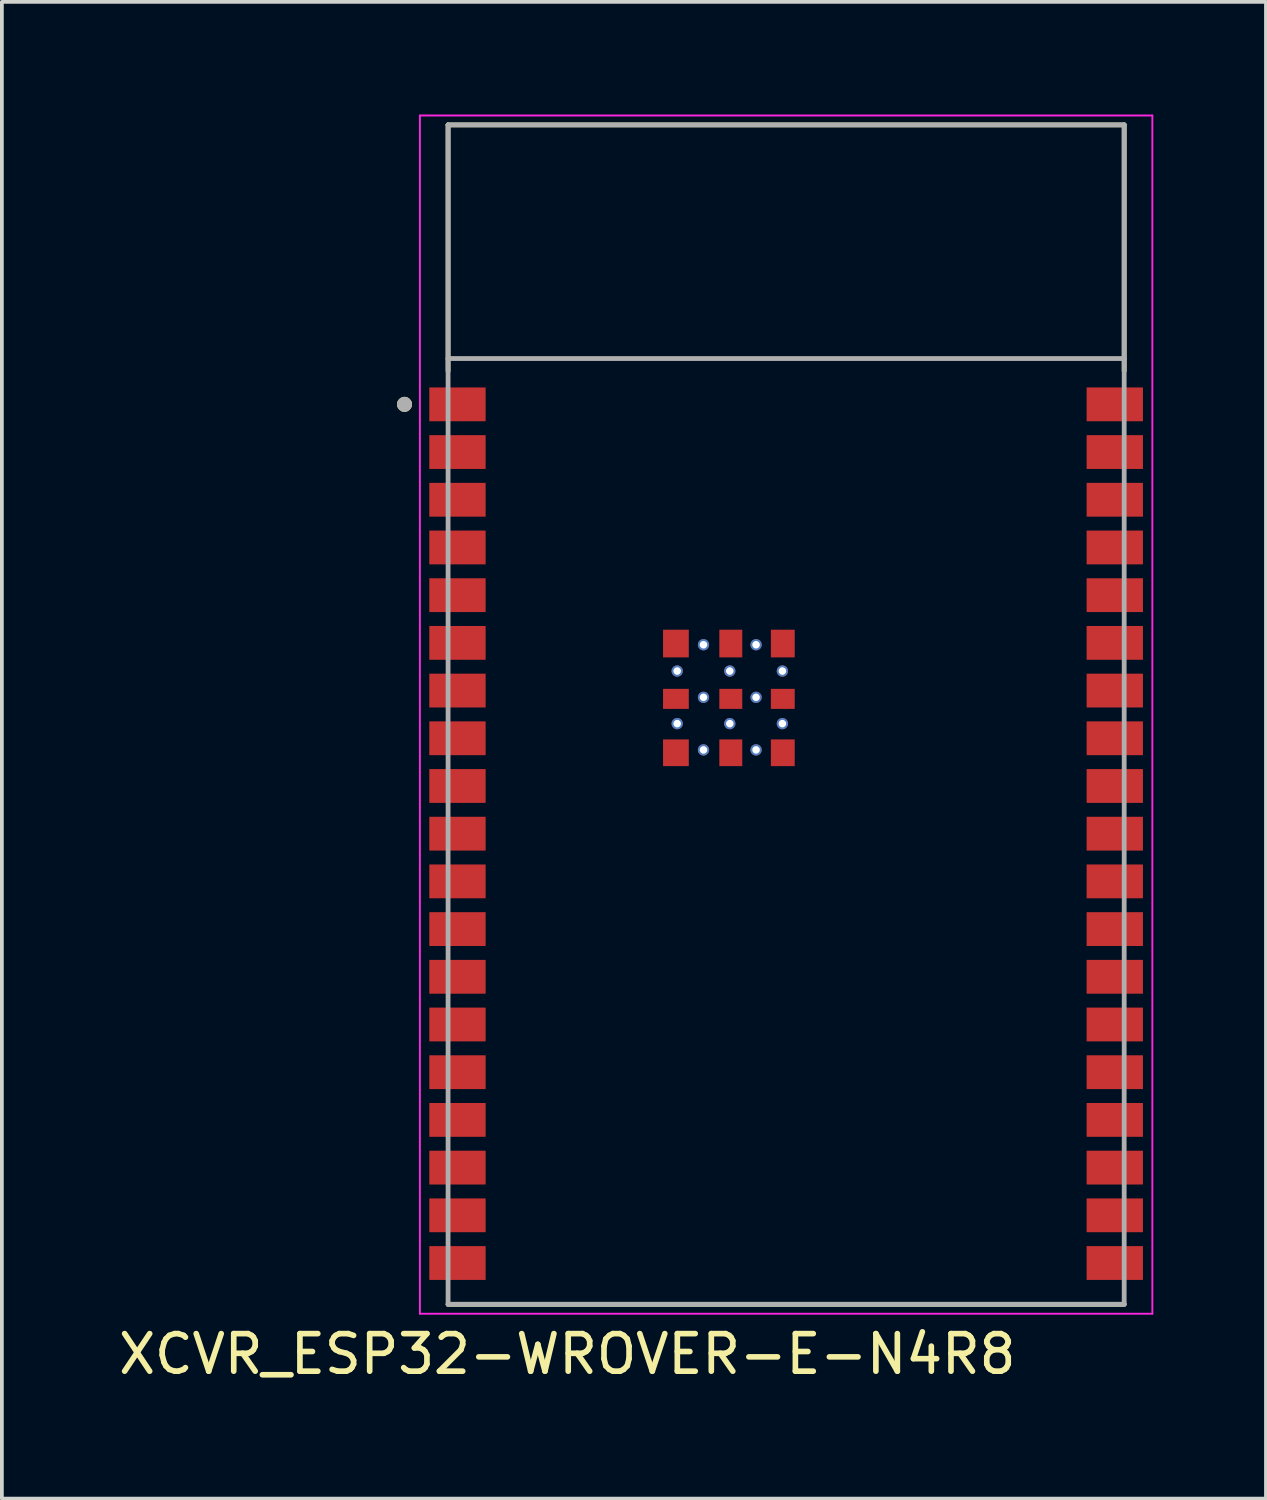
<source format=kicad_pcb>
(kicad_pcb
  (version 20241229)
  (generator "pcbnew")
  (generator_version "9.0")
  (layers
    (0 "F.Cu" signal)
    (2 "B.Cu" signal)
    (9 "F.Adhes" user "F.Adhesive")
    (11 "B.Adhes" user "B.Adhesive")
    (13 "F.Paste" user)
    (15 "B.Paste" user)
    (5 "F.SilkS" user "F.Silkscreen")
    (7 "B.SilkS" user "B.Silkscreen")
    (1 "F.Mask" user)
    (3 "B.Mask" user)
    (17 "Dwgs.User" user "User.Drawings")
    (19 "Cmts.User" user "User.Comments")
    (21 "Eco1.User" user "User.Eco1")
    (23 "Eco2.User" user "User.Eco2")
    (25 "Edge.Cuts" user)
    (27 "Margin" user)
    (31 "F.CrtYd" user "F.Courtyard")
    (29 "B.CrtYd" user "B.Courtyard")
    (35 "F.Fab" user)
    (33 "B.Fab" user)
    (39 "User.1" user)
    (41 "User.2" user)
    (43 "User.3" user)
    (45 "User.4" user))
  (footprint "XCVR_ESP32-WROVER-E-N4R8"
    (layer "F.Cu")
    (at 17.879 15.975)
    (property "Reference" "XCVR_ESP32-WROVER-E-N4R8" (at -5.825 17.025 0) (layer "F.SilkS") (effects (font (size 1 1) (thickness 0.15))))
    (attr smd)
    (fp_line (start -9 -15.7) (end -9 -9.15) (stroke (width 0.127) (type solid)) (layer "F.SilkS"))
    (fp_line (start -9 15.7) (end 9 15.7) (stroke (width 0.127) (type solid)) (layer "F.SilkS"))
    (fp_line (start 9 -15.7) (end -9 -15.7) (stroke (width 0.127) (type solid)) (layer "F.SilkS"))
    (fp_line (start 9 -9.15) (end 9 -15.7) (stroke (width 0.127) (type solid)) (layer "F.SilkS"))
    (fp_circle (center -10.16 -8.26) (end -10.06 -8.26) (stroke (width 0.2) (type solid)) (fill no) (layer "F.SilkS"))
    (fp_line (start -9.75 -15.95) (end -9.75 15.95) (stroke (width 0.05) (type solid)) (layer "F.CrtYd"))
    (fp_line (start -9.75 15.95) (end 9.75 15.95) (stroke (width 0.05) (type solid)) (layer "F.CrtYd"))
    (fp_line (start 9.75 -15.95) (end -9.75 -15.95) (stroke (width 0.05) (type solid)) (layer "F.CrtYd"))
    (fp_line (start 9.75 15.95) (end 9.75 -15.95) (stroke (width 0.05) (type solid)) (layer "F.CrtYd"))
    (fp_line (start -9 -15.7) (end -9 -9.48) (stroke (width 0.127) (type solid)) (layer "F.Fab"))
    (fp_line (start -9 -9.48) (end -9 15.7) (stroke (width 0.127) (type solid)) (layer "F.Fab"))
    (fp_line (start -9 15.7) (end 9 15.7) (stroke (width 0.127) (type solid)) (layer "F.Fab"))
    (fp_line (start 9 -15.7) (end -9 -15.7) (stroke (width 0.127) (type solid)) (layer "F.Fab"))
    (fp_line (start 9 -9.48) (end -9 -9.48) (stroke (width 0.127) (type solid)) (layer "F.Fab"))
    (fp_line (start 9 -9.48) (end 9 -15.7) (stroke (width 0.127) (type solid)) (layer "F.Fab"))
    (fp_line (start 9 15.7) (end 9 -9.48) (stroke (width 0.127) (type solid)) (layer "F.Fab"))
    (fp_circle (center -10.16 -8.26) (end -10.06 -8.26) (stroke (width 0.2) (type solid)) (fill no) (layer "F.Fab"))
    (pad "1" smd rect (at -8.75 -8.26) (size 1.5 0.9) (layers "F.Cu" "F.Mask" "F.Paste"))
    (pad "2" smd rect (at -8.75 -6.99) (size 1.5 0.9) (layers "F.Cu" "F.Mask" "F.Paste"))
    (pad "3" smd rect (at -8.75 -5.72) (size 1.5 0.9) (layers "F.Cu" "F.Mask" "F.Paste"))
    (pad "4" smd rect (at -8.75 -4.45) (size 1.5 0.9) (layers "F.Cu" "F.Mask" "F.Paste"))
    (pad "5" smd rect (at -8.75 -3.18) (size 1.5 0.9) (layers "F.Cu" "F.Mask" "F.Paste"))
    (pad "6" smd rect (at -8.75 -1.91) (size 1.5 0.9) (layers "F.Cu" "F.Mask" "F.Paste"))
    (pad "7" smd rect (at -8.75 -0.64) (size 1.5 0.9) (layers "F.Cu" "F.Mask" "F.Paste"))
    (pad "8" smd rect (at -8.75 0.63) (size 1.5 0.9) (layers "F.Cu" "F.Mask" "F.Paste"))
    (pad "9" smd rect (at -8.75 1.9) (size 1.5 0.9) (layers "F.Cu" "F.Mask" "F.Paste"))
    (pad "10" smd rect (at -8.75 3.17) (size 1.5 0.9) (layers "F.Cu" "F.Mask" "F.Paste"))
    (pad "11" smd rect (at -8.75 4.44) (size 1.5 0.9) (layers "F.Cu" "F.Mask" "F.Paste"))
    (pad "12" smd rect (at -8.75 5.71) (size 1.5 0.9) (layers "F.Cu" "F.Mask" "F.Paste"))
    (pad "13" smd rect (at -8.75 6.98) (size 1.5 0.9) (layers "F.Cu" "F.Mask" "F.Paste"))
    (pad "14" smd rect (at -8.75 8.25) (size 1.5 0.9) (layers "F.Cu" "F.Mask" "F.Paste"))
    (pad "15" smd rect (at -8.75 9.52) (size 1.5 0.9) (layers "F.Cu" "F.Mask" "F.Paste"))
    (pad "16" smd rect (at -8.75 10.79) (size 1.5 0.9) (layers "F.Cu" "F.Mask" "F.Paste"))
    (pad "17" smd rect (at -8.75 12.06) (size 1.5 0.9) (layers "F.Cu" "F.Mask" "F.Paste"))
    (pad "18" smd rect (at -8.75 13.33) (size 1.5 0.9) (layers "F.Cu" "F.Mask" "F.Paste"))
    (pad "19" smd rect (at -8.75 14.6) (size 1.5 0.9) (layers "F.Cu" "F.Mask" "F.Paste"))
    (pad "20" smd rect (at 8.75 14.6) (size 1.5 0.9) (layers "F.Cu" "F.Mask" "F.Paste"))
    (pad "21" smd rect (at 8.75 13.33) (size 1.5 0.9) (layers "F.Cu" "F.Mask" "F.Paste"))
    (pad "22" smd rect (at 8.75 12.06) (size 1.5 0.9) (layers "F.Cu" "F.Mask" "F.Paste"))
    (pad "23" smd rect (at 8.75 10.79) (size 1.5 0.9) (layers "F.Cu" "F.Mask" "F.Paste"))
    (pad "24" smd rect (at 8.75 9.52) (size 1.5 0.9) (layers "F.Cu" "F.Mask" "F.Paste"))
    (pad "25" smd rect (at 8.75 8.25) (size 1.5 0.9) (layers "F.Cu" "F.Mask" "F.Paste"))
    (pad "26" smd rect (at 8.75 6.98) (size 1.5 0.9) (layers "F.Cu" "F.Mask" "F.Paste"))
    (pad "27" smd rect (at 8.75 5.71) (size 1.5 0.9) (layers "F.Cu" "F.Mask" "F.Paste"))
    (pad "28" smd rect (at 8.75 4.44) (size 1.5 0.9) (layers "F.Cu" "F.Mask" "F.Paste"))
    (pad "29" smd rect (at 8.75 3.17) (size 1.5 0.9) (layers "F.Cu" "F.Mask" "F.Paste"))
    (pad "30" smd rect (at 8.75 1.9) (size 1.5 0.9) (layers "F.Cu" "F.Mask" "F.Paste"))
    (pad "31" smd rect (at 8.75 0.63) (size 1.5 0.9) (layers "F.Cu" "F.Mask" "F.Paste"))
    (pad "32" smd rect (at 8.75 -0.64) (size 1.5 0.9) (layers "F.Cu" "F.Mask" "F.Paste"))
    (pad "33" smd rect (at 8.75 -1.91) (size 1.5 0.9) (layers "F.Cu" "F.Mask" "F.Paste"))
    (pad "34" smd rect (at 8.75 -3.18) (size 1.5 0.9) (layers "F.Cu" "F.Mask" "F.Paste"))
    (pad "35" smd rect (at 8.75 -4.45) (size 1.5 0.9) (layers "F.Cu" "F.Mask" "F.Paste"))
    (pad "36" smd rect (at 8.75 -5.72) (size 1.5 0.9) (layers "F.Cu" "F.Mask" "F.Paste"))
    (pad "37" smd rect (at 8.75 -6.99) (size 1.5 0.9) (layers "F.Cu" "F.Mask" "F.Paste"))
    (pad "38" smd rect (at 8.75 -8.26) (size 1.5 0.9) (layers "F.Cu" "F.Mask" "F.Paste"))
    (pad "39_1" smd rect (at -2.934 -1.892) (size 0.686 0.737) (layers "F.Cu" "F.Mask" "F.Paste"))
    (pad "39_2" smd rect (at -1.473 -1.892) (size 0.61 0.737) (layers "F.Cu" "F.Mask" "F.Paste"))
    (pad "39_3" smd rect (at -0.089 -1.892) (size 0.635 0.737) (layers "F.Cu" "F.Mask" "F.Paste"))
    (pad "39_4" smd rect (at -2.934 -0.419) (size 0.686 0.533) (layers "F.Cu" "F.Mask" "F.Paste"))
    (pad "39_5" smd rect (at -1.473 -0.419) (size 0.61 0.533) (layers "F.Cu" "F.Mask" "F.Paste"))
    (pad "39_6" smd rect (at -0.089 -0.419) (size 0.635 0.533) (layers "F.Cu" "F.Mask" "F.Paste"))
    (pad "39_7" smd rect (at -2.934 1.016) (size 0.686 0.711) (layers "F.Cu" "F.Mask" "F.Paste"))
    (pad "39_8" smd rect (at -1.473 1.016) (size 0.61 0.711) (layers "F.Cu" "F.Mask" "F.Paste"))
    (pad "39_9" smd rect (at -0.089 1.016) (size 0.635 0.711) (layers "F.Cu" "F.Mask" "F.Paste"))
    (pad "40" thru_hole circle (at -2.2 -1.86) (size 0.3 0.3) (drill 0.2) (layers "*.Cu"))
    (pad "41" thru_hole circle (at -0.8 -1.86) (size 0.3 0.3) (drill 0.2) (layers "*.Cu"))
    (pad "42" thru_hole circle (at -2.9 -1.16) (size 0.3 0.3) (drill 0.2) (layers "*.Cu"))
    (pad "43" thru_hole circle (at -1.5 -1.16) (size 0.3 0.3) (drill 0.2) (layers "*.Cu"))
    (pad "44" thru_hole circle (at -0.1 -1.16) (size 0.3 0.3) (drill 0.2) (layers "*.Cu"))
    (pad "45" thru_hole circle (at -2.2 -0.46) (size 0.3 0.3) (drill 0.2) (layers "*.Cu"))
    (pad "46" thru_hole circle (at -0.8 -0.46) (size 0.3 0.3) (drill 0.2) (layers "*.Cu"))
    (pad "47" thru_hole circle (at -2.9 0.24) (size 0.3 0.3) (drill 0.2) (layers "*.Cu"))
    (pad "48" thru_hole circle (at -1.5 0.24) (size 0.3 0.3) (drill 0.2) (layers "*.Cu"))
    (pad "49" thru_hole circle (at -0.1 0.24) (size 0.3 0.3) (drill 0.2) (layers "*.Cu"))
    (pad "50" thru_hole circle (at -2.2 0.94) (size 0.3 0.3) (drill 0.2) (layers "*.Cu"))
    (pad "51" thru_hole circle (at -0.8 0.94) (size 0.3 0.3) (drill 0.2) (layers "*.Cu"))
    (zone (net_name "") (layer "F.Cu") (hatch full 0.508) (connect_pads) (min_thickness 0.01) (filled_areas_thickness no) (keepout (tracks not_allowed) (vias not_allowed) (pads not_allowed) (copperpour not_allowed) (footprints allowed)) (placement (enabled no)) (fill) (polygon (pts (xy 8.879 0.275) (xy 26.879 0.275) (xy 26.879 6.495) (xy 8.879 6.495))))
    (zone (net_name "") (layers "F.Cu" "B.Cu") (hatch full 0.508) (connect_pads) (min_thickness 0.01) (filled_areas_thickness no) (keepout (tracks allowed) (vias not_allowed) (pads allowed) (copperpour allowed) (footprints allowed)) (placement (enabled no)) (fill) (polygon (pts (xy 8.879 0.275) (xy 26.879 0.275) (xy 26.879 6.495) (xy 8.879 6.495)))))
  (gr_rect
    (start -3 -3)
    (end 30.654 36.848)
    (stroke (width 0.1) (type default))
    (fill no)
    (layer "Edge.Cuts")))
</source>
